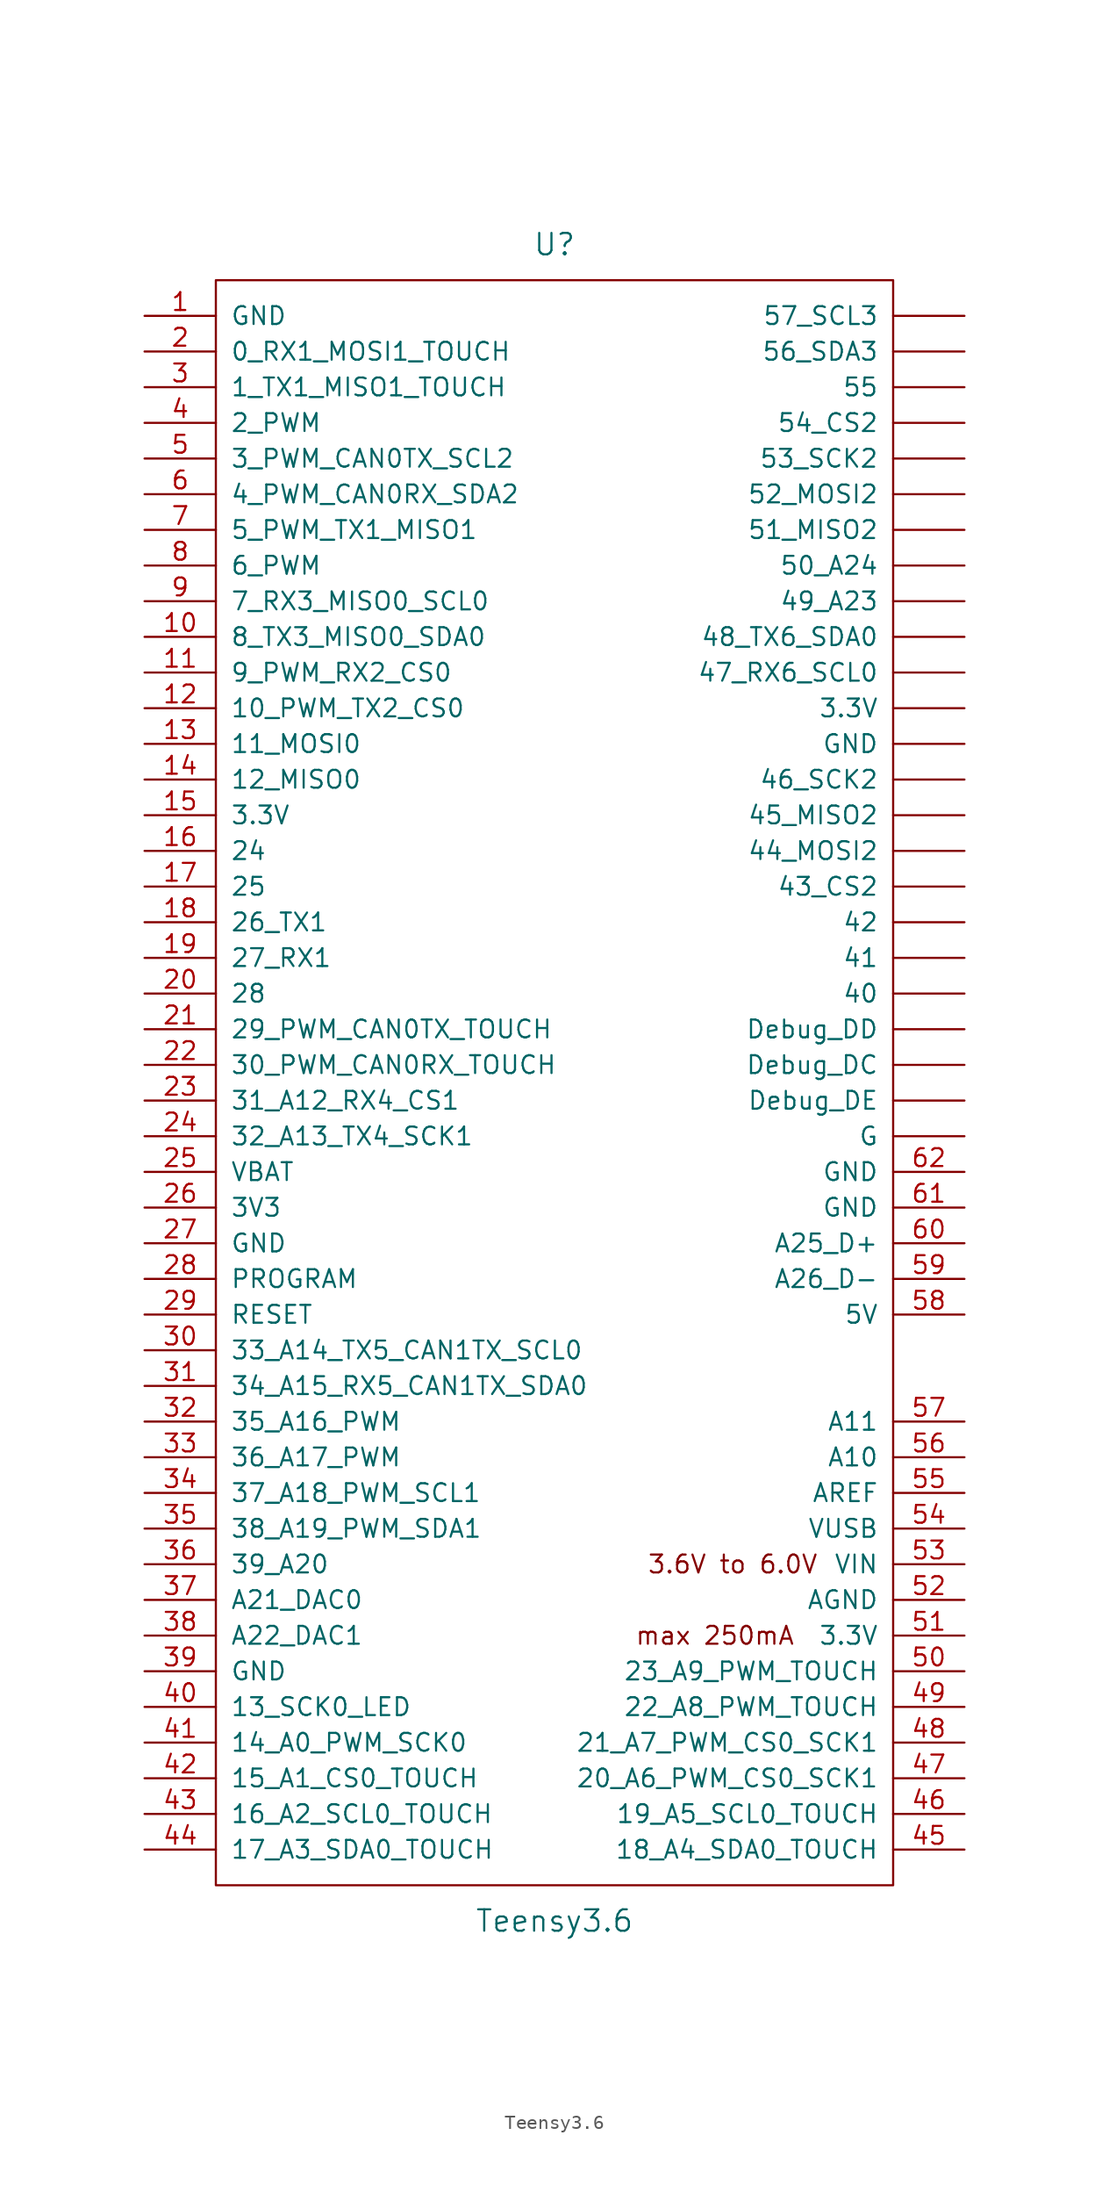
<source format=kicad_sym>
(kicad_symbol_lib
  (version 20201005)
  (generator kicad_symbol_editor)
  (symbol "teensy:Teensy3.6"
    (pin_names
      (offset 1.016))
    (property "Reference" "U"
      (at 0 59.69 0)
      (effects (font (size 1.524 1.524))))
    (property "Value" "Teensy3.6"
      (at 0 -59.69 0)
      (effects (font (size 1.524 1.524))))
    (property "Footprint" ""
      (at 0 1.27 0)
      (effects (font (size 1.524 1.524))))
    (property "Datasheet" ""
      (at 0 1.27 0)
      (effects (font (size 1.524 1.524))))
    (symbol "Teensy3.6_0_0"
      (text "3.6V to 6.0V" (at 12.7 -34.29 0) (effects (font (size 1.27 1.27))))
      (text "max 250mA" (at 11.43 -39.37 0) (effects (font (size 1.27 1.27))))
      (rectangle (start -24.13 57.15) (end 24.13 -57.15) (stroke (width 0)) (fill (type none))))
    (symbol "Teensy3.6_1_1"
      (pin power_in line (at -29.21 54.61 0) (length 5.08) (name "GND" (effects (font (size 1.27 1.27)))) (number "1" (effects (font (size 1.27 1.27)))))
      (pin bidirectional line (at -29.21 31.75 0) (length 5.08) (name "8_TX3_MISO0_SDA0" (effects (font (size 1.27 1.27)))) (number "10" (effects (font (size 1.27 1.27)))))
      (pin bidirectional line (at -29.21 29.21 0) (length 5.08) (name "9_PWM_RX2_CS0" (effects (font (size 1.27 1.27)))) (number "11" (effects (font (size 1.27 1.27)))))
      (pin bidirectional line (at -29.21 26.67 0) (length 5.08) (name "10_PWM_TX2_CS0" (effects (font (size 1.27 1.27)))) (number "12" (effects (font (size 1.27 1.27)))))
      (pin bidirectional line (at -29.21 24.13 0) (length 5.08) (name "11_MOSI0" (effects (font (size 1.27 1.27)))) (number "13" (effects (font (size 1.27 1.27)))))
      (pin bidirectional line (at -29.21 21.59 0) (length 5.08) (name "12_MISO0" (effects (font (size 1.27 1.27)))) (number "14" (effects (font (size 1.27 1.27)))))
      (pin power_in line (at -29.21 19.05 0) (length 5.08) (name "3.3V" (effects (font (size 1.27 1.27)))) (number "15" (effects (font (size 1.27 1.27)))))
      (pin bidirectional line (at -29.21 16.51 0) (length 5.08) (name "24" (effects (font (size 1.27 1.27)))) (number "16" (effects (font (size 1.27 1.27)))))
      (pin bidirectional line (at -29.21 13.97 0) (length 5.08) (name "25" (effects (font (size 1.27 1.27)))) (number "17" (effects (font (size 1.27 1.27)))))
      (pin bidirectional line (at -29.21 11.43 0) (length 5.08) (name "26_TX1" (effects (font (size 1.27 1.27)))) (number "18" (effects (font (size 1.27 1.27)))))
      (pin bidirectional line (at -29.21 8.89 0) (length 5.08) (name "27_RX1" (effects (font (size 1.27 1.27)))) (number "19" (effects (font (size 1.27 1.27)))))
      (pin bidirectional line (at -29.21 52.07 0) (length 5.08) (name "0_RX1_MOSI1_TOUCH" (effects (font (size 1.27 1.27)))) (number "2" (effects (font (size 1.27 1.27)))))
      (pin bidirectional line (at -29.21 6.35 0) (length 5.08) (name "28" (effects (font (size 1.27 1.27)))) (number "20" (effects (font (size 1.27 1.27)))))
      (pin bidirectional line (at -29.21 3.81 0) (length 5.08) (name "29_PWM_CAN0TX_TOUCH" (effects (font (size 1.27 1.27)))) (number "21" (effects (font (size 1.27 1.27)))))
      (pin bidirectional line (at -29.21 1.27 0) (length 5.08) (name "30_PWM_CAN0RX_TOUCH" (effects (font (size 1.27 1.27)))) (number "22" (effects (font (size 1.27 1.27)))))
      (pin bidirectional line (at -29.21 -1.27 0) (length 5.08) (name "31_A12_RX4_CS1" (effects (font (size 1.27 1.27)))) (number "23" (effects (font (size 1.27 1.27)))))
      (pin bidirectional line (at -29.21 -3.81 0) (length 5.08) (name "32_A13_TX4_SCK1" (effects (font (size 1.27 1.27)))) (number "24" (effects (font (size 1.27 1.27)))))
      (pin power_in line (at -29.21 -6.35 0) (length 5.08) (name "VBAT" (effects (font (size 1.27 1.27)))) (number "25" (effects (font (size 1.27 1.27)))))
      (pin power_in line (at -29.21 -8.89 0) (length 5.08) (name "3V3" (effects (font (size 1.27 1.27)))) (number "26" (effects (font (size 1.27 1.27)))))
      (pin power_in line (at -29.21 -11.43 0) (length 5.08) (name "GND" (effects (font (size 1.27 1.27)))) (number "27" (effects (font (size 1.27 1.27)))))
      (pin input line (at -29.21 -13.97 0) (length 5.08) (name "PROGRAM" (effects (font (size 1.27 1.27)))) (number "28" (effects (font (size 1.27 1.27)))))
      (pin input line (at -29.21 -16.51 0) (length 5.08) (name "RESET" (effects (font (size 1.27 1.27)))) (number "29" (effects (font (size 1.27 1.27)))))
      (pin bidirectional line (at -29.21 49.53 0) (length 5.08) (name "1_TX1_MISO1_TOUCH" (effects (font (size 1.27 1.27)))) (number "3" (effects (font (size 1.27 1.27)))))
      (pin bidirectional line (at -29.21 -19.05 0) (length 5.08) (name "33_A14_TX5_CAN1TX_SCL0" (effects (font (size 1.27 1.27)))) (number "30" (effects (font (size 1.27 1.27)))))
      (pin bidirectional line (at -29.21 -21.59 0) (length 5.08) (name "34_A15_RX5_CAN1TX_SDA0" (effects (font (size 1.27 1.27)))) (number "31" (effects (font (size 1.27 1.27)))))
      (pin bidirectional line (at -29.21 -24.13 0) (length 5.08) (name "35_A16_PWM" (effects (font (size 1.27 1.27)))) (number "32" (effects (font (size 1.27 1.27)))))
      (pin bidirectional line (at -29.21 -26.67 0) (length 5.08) (name "36_A17_PWM" (effects (font (size 1.27 1.27)))) (number "33" (effects (font (size 1.27 1.27)))))
      (pin bidirectional line (at -29.21 -29.21 0) (length 5.08) (name "37_A18_PWM_SCL1" (effects (font (size 1.27 1.27)))) (number "34" (effects (font (size 1.27 1.27)))))
      (pin bidirectional line (at -29.21 -31.75 0) (length 5.08) (name "38_A19_PWM_SDA1" (effects (font (size 1.27 1.27)))) (number "35" (effects (font (size 1.27 1.27)))))
      (pin bidirectional line (at -29.21 -34.29 0) (length 5.08) (name "39_A20" (effects (font (size 1.27 1.27)))) (number "36" (effects (font (size 1.27 1.27)))))
      (pin bidirectional line (at -29.21 -36.83 0) (length 5.08) (name "A21_DAC0" (effects (font (size 1.27 1.27)))) (number "37" (effects (font (size 1.27 1.27)))))
      (pin bidirectional line (at -29.21 -39.37 0) (length 5.08) (name "A22_DAC1" (effects (font (size 1.27 1.27)))) (number "38" (effects (font (size 1.27 1.27)))))
      (pin power_in line (at -29.21 -41.91 0) (length 5.08) (name "GND" (effects (font (size 1.27 1.27)))) (number "39" (effects (font (size 1.27 1.27)))))
      (pin bidirectional line (at -29.21 46.99 0) (length 5.08) (name "2_PWM" (effects (font (size 1.27 1.27)))) (number "4" (effects (font (size 1.27 1.27)))))
      (pin bidirectional line (at -29.21 -44.45 0) (length 5.08) (name "13_SCK0_LED" (effects (font (size 1.27 1.27)))) (number "40" (effects (font (size 1.27 1.27)))))
      (pin bidirectional line (at -29.21 -46.99 0) (length 5.08) (name "14_A0_PWM_SCK0" (effects (font (size 1.27 1.27)))) (number "41" (effects (font (size 1.27 1.27)))))
      (pin bidirectional line (at -29.21 -49.53 0) (length 5.08) (name "15_A1_CS0_TOUCH" (effects (font (size 1.27 1.27)))) (number "42" (effects (font (size 1.27 1.27)))))
      (pin bidirectional line (at -29.21 -52.07 0) (length 5.08) (name "16_A2_SCL0_TOUCH" (effects (font (size 1.27 1.27)))) (number "43" (effects (font (size 1.27 1.27)))))
      (pin bidirectional line (at -29.21 -54.61 0) (length 5.08) (name "17_A3_SDA0_TOUCH" (effects (font (size 1.27 1.27)))) (number "44" (effects (font (size 1.27 1.27)))))
      (pin bidirectional line (at 29.21 -54.61 180) (length 5.08) (name "18_A4_SDA0_TOUCH" (effects (font (size 1.27 1.27)))) (number "45" (effects (font (size 1.27 1.27)))))
      (pin bidirectional line (at 29.21 -52.07 180) (length 5.08) (name "19_A5_SCL0_TOUCH" (effects (font (size 1.27 1.27)))) (number "46" (effects (font (size 1.27 1.27)))))
      (pin bidirectional line (at 29.21 -49.53 180) (length 5.08) (name "20_A6_PWM_CS0_SCK1" (effects (font (size 1.27 1.27)))) (number "47" (effects (font (size 1.27 1.27)))))
      (pin bidirectional line (at 29.21 -46.99 180) (length 5.08) (name "21_A7_PWM_CS0_SCK1" (effects (font (size 1.27 1.27)))) (number "48" (effects (font (size 1.27 1.27)))))
      (pin bidirectional line (at 29.21 -44.45 180) (length 5.08) (name "22_A8_PWM_TOUCH" (effects (font (size 1.27 1.27)))) (number "49" (effects (font (size 1.27 1.27)))))
      (pin bidirectional line (at -29.21 44.45 0) (length 5.08) (name "3_PWM_CAN0TX_SCL2" (effects (font (size 1.27 1.27)))) (number "5" (effects (font (size 1.27 1.27)))))
      (pin bidirectional line (at 29.21 -41.91 180) (length 5.08) (name "23_A9_PWM_TOUCH" (effects (font (size 1.27 1.27)))) (number "50" (effects (font (size 1.27 1.27)))))
      (pin power_out line (at 29.21 -39.37 180) (length 5.08) (name "3.3V" (effects (font (size 1.27 1.27)))) (number "51" (effects (font (size 1.27 1.27)))))
      (pin power_out line (at 29.21 -36.83 180) (length 5.08) (name "AGND" (effects (font (size 1.27 1.27)))) (number "52" (effects (font (size 1.27 1.27)))))
      (pin power_in line (at 29.21 -34.29 180) (length 5.08) (name "VIN" (effects (font (size 1.27 1.27)))) (number "53" (effects (font (size 1.27 1.27)))))
      (pin power_in line (at 29.21 -31.75 180) (length 5.08) (name "VUSB" (effects (font (size 1.27 1.27)))) (number "54" (effects (font (size 1.27 1.27)))))
      (pin input line (at 29.21 -29.21 180) (length 5.08) (name "AREF" (effects (font (size 1.27 1.27)))) (number "55" (effects (font (size 1.27 1.27)))))
      (pin bidirectional line (at 29.21 -26.67 180) (length 5.08) (name "A10" (effects (font (size 1.27 1.27)))) (number "56" (effects (font (size 1.27 1.27)))))
      (pin bidirectional line (at 29.21 -24.13 180) (length 5.08) (name "A11" (effects (font (size 1.27 1.27)))) (number "57" (effects (font (size 1.27 1.27)))))
      (pin power_in line (at 29.21 -16.51 180) (length 5.08) (name "5V" (effects (font (size 1.27 1.27)))) (number "58" (effects (font (size 1.27 1.27)))))
      (pin bidirectional line (at 29.21 -13.97 180) (length 5.08) (name "A26_D-" (effects (font (size 1.27 1.27)))) (number "59" (effects (font (size 1.27 1.27)))))
      (pin bidirectional line (at -29.21 41.91 0) (length 5.08) (name "4_PWM_CAN0RX_SDA2" (effects (font (size 1.27 1.27)))) (number "6" (effects (font (size 1.27 1.27)))))
      (pin bidirectional line (at 29.21 -11.43 180) (length 5.08) (name "A25_D+" (effects (font (size 1.27 1.27)))) (number "60" (effects (font (size 1.27 1.27)))))
      (pin power_in line (at 29.21 -8.89 180) (length 5.08) (name "GND" (effects (font (size 1.27 1.27)))) (number "61" (effects (font (size 1.27 1.27)))))
      (pin power_in line (at 29.21 -6.35 180) (length 5.08) (name "GND" (effects (font (size 1.27 1.27)))) (number "62" (effects (font (size 1.27 1.27)))))
      (pin bidirectional line (at -29.21 39.37 0) (length 5.08) (name "5_PWM_TX1_MISO1" (effects (font (size 1.27 1.27)))) (number "7" (effects (font (size 1.27 1.27)))))
      (pin bidirectional line (at -29.21 36.83 0) (length 5.08) (name "6_PWM" (effects (font (size 1.27 1.27)))) (number "8" (effects (font (size 1.27 1.27)))))
      (pin bidirectional line (at -29.21 34.29 0) (length 5.08) (name "7_RX3_MISO0_SCL0" (effects (font (size 1.27 1.27)))) (number "9" (effects (font (size 1.27 1.27)))))
      (pin power_in line (at 29.21 26.67 180) (length 5.08) (name "3.3V" (effects (font (size 1.27 1.27)))) (number "~" (effects (font (size 1.27 1.27)))))
      (pin bidirectional line (at 29.21 6.35 180) (length 5.08) (name "40" (effects (font (size 1.27 1.27)))) (number "~" (effects (font (size 1.27 1.27)))))
      (pin bidirectional line (at 29.21 8.89 180) (length 5.08) (name "41" (effects (font (size 1.27 1.27)))) (number "~" (effects (font (size 1.27 1.27)))))
      (pin bidirectional line (at 29.21 11.43 180) (length 5.08) (name "42" (effects (font (size 1.27 1.27)))) (number "~" (effects (font (size 1.27 1.27)))))
      (pin bidirectional line (at 29.21 13.97 180) (length 5.08) (name "43_CS2" (effects (font (size 1.27 1.27)))) (number "~" (effects (font (size 1.27 1.27)))))
      (pin bidirectional line (at 29.21 16.51 180) (length 5.08) (name "44_MOSI2" (effects (font (size 1.27 1.27)))) (number "~" (effects (font (size 1.27 1.27)))))
      (pin bidirectional line (at 29.21 19.05 180) (length 5.08) (name "45_MISO2" (effects (font (size 1.27 1.27)))) (number "~" (effects (font (size 1.27 1.27)))))
      (pin bidirectional line (at 29.21 21.59 180) (length 5.08) (name "46_SCK2" (effects (font (size 1.27 1.27)))) (number "~" (effects (font (size 1.27 1.27)))))
      (pin bidirectional line (at 29.21 29.21 180) (length 5.08) (name "47_RX6_SCL0" (effects (font (size 1.27 1.27)))) (number "~" (effects (font (size 1.27 1.27)))))
      (pin bidirectional line (at 29.21 31.75 180) (length 5.08) (name "48_TX6_SDA0" (effects (font (size 1.27 1.27)))) (number "~" (effects (font (size 1.27 1.27)))))
      (pin bidirectional line (at 29.21 34.29 180) (length 5.08) (name "49_A23" (effects (font (size 1.27 1.27)))) (number "~" (effects (font (size 1.27 1.27)))))
      (pin bidirectional line (at 29.21 36.83 180) (length 5.08) (name "50_A24" (effects (font (size 1.27 1.27)))) (number "~" (effects (font (size 1.27 1.27)))))
      (pin bidirectional line (at 29.21 39.37 180) (length 5.08) (name "51_MISO2" (effects (font (size 1.27 1.27)))) (number "~" (effects (font (size 1.27 1.27)))))
      (pin bidirectional line (at 29.21 41.91 180) (length 5.08) (name "52_MOSI2" (effects (font (size 1.27 1.27)))) (number "~" (effects (font (size 1.27 1.27)))))
      (pin bidirectional line (at 29.21 44.45 180) (length 5.08) (name "53_SCK2" (effects (font (size 1.27 1.27)))) (number "~" (effects (font (size 1.27 1.27)))))
      (pin bidirectional line (at 29.21 46.99 180) (length 5.08) (name "54_CS2" (effects (font (size 1.27 1.27)))) (number "~" (effects (font (size 1.27 1.27)))))
      (pin bidirectional line (at 29.21 49.53 180) (length 5.08) (name "55" (effects (font (size 1.27 1.27)))) (number "~" (effects (font (size 1.27 1.27)))))
      (pin bidirectional line (at 29.21 52.07 180) (length 5.08) (name "56_SDA3" (effects (font (size 1.27 1.27)))) (number "~" (effects (font (size 1.27 1.27)))))
      (pin bidirectional line (at 29.21 54.61 180) (length 5.08) (name "57_SCL3" (effects (font (size 1.27 1.27)))) (number "~" (effects (font (size 1.27 1.27)))))
      (pin input line (at 29.21 1.27 180) (length 5.08) (name "Debug_DC" (effects (font (size 1.27 1.27)))) (number "~" (effects (font (size 1.27 1.27)))))
      (pin input line (at 29.21 3.81 180) (length 5.08) (name "Debug_DD" (effects (font (size 1.27 1.27)))) (number "~" (effects (font (size 1.27 1.27)))))
      (pin input line (at 29.21 -1.27 180) (length 5.08) (name "Debug_DE" (effects (font (size 1.27 1.27)))) (number "~" (effects (font (size 1.27 1.27)))))
      (pin power_in line (at 29.21 -3.81 180) (length 5.08) (name "G" (effects (font (size 1.27 1.27)))) (number "~" (effects (font (size 1.27 1.27)))))
      (pin power_in line (at 29.21 24.13 180) (length 5.08) (name "GND" (effects (font (size 1.27 1.27)))) (number "~" (effects (font (size 1.27 1.27))))))))
</source>
